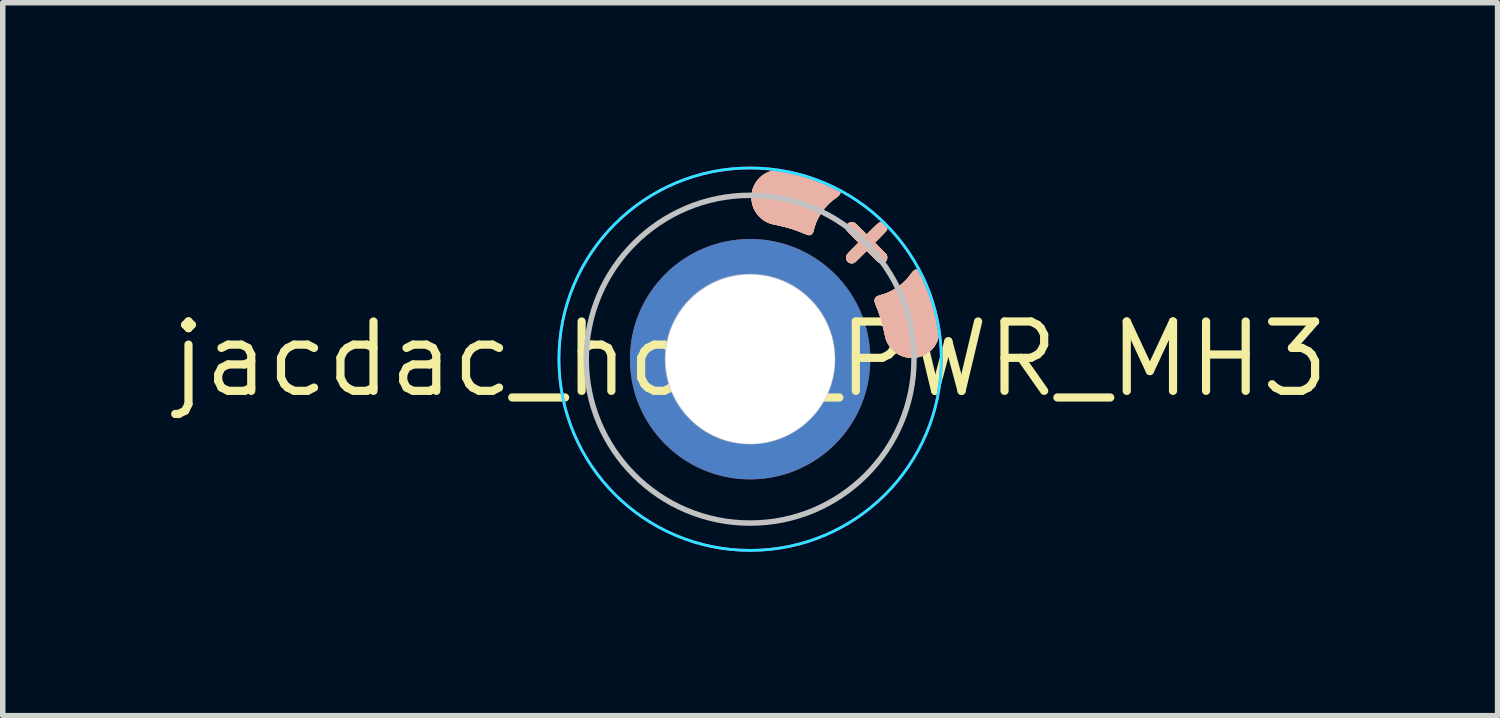
<source format=kicad_pcb>
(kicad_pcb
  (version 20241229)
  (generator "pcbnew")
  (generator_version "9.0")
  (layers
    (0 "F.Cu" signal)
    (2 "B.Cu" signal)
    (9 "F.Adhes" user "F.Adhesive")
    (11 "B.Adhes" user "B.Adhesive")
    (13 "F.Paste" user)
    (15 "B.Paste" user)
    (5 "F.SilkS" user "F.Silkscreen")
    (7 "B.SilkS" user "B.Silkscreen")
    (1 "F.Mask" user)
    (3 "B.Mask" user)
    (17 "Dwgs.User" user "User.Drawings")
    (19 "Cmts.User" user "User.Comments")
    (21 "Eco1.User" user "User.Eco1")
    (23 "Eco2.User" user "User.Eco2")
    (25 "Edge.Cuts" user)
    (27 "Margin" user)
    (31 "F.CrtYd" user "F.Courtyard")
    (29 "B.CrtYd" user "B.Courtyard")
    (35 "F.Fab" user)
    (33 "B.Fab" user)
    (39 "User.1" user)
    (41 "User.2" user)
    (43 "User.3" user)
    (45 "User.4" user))
  (footprint "jacdac_hole_PWR_MH3"
    (layer "F.Cu")
    (at 10.681 3.525)
    (property "Reference" "jacdac_hole_PWR_MH3" (at 0 0 0) (layer "F.SilkS") (effects (font (size 1.27 1.27) (thickness 0.15))))
    (attr through_hole exclude_from_bom)
    (fp_circle (center 0 0) (end 0 -2.5) (stroke (width 0) (type solid)) (fill yes) (layer "F.Mask"))
    (fp_circle (center 0 0) (end 0 -2.5) (stroke (width 0) (type solid)) (fill yes) (layer "B.Mask"))
    (fp_poly (pts (xy 2.284 -1.098) (xy 2.291 -1.114) (xy 2.301 -1.127) (xy 2.31 -1.137) (xy 2.32 -1.144) (xy 2.332 -1.151) (xy 2.347 -1.158) (xy 2.368 -1.164) (xy 2.394 -1.172) (xy 2.395 -1.173) (xy 2.452 -1.19) (xy 2.504 -1.209) (xy 2.553 -1.231) (xy 2.586 -1.247) (xy 2.661 -1.29) (xy 2.733 -1.339) (xy 2.8 -1.395) (xy 2.863 -1.456) (xy 2.919 -1.522) (xy 2.947 -1.56) (xy 2.969 -1.588) (xy 2.989 -1.61) (xy 3.009 -1.625) (xy 3.028 -1.635) (xy 3.048 -1.639) (xy 3.053 -1.639) (xy 3.071 -1.637) (xy 3.088 -1.631) (xy 3.104 -1.619) (xy 3.119 -1.602) (xy 3.135 -1.578) (xy 3.151 -1.548) (xy 3.151 -1.547) (xy 3.209 -1.426) (xy 3.262 -1.298) (xy 3.311 -1.165) (xy 3.356 -1.029) (xy 3.395 -0.889) (xy 3.429 -0.747) (xy 3.442 -0.688) (xy 3.453 -0.629) (xy 3.46 -0.576) (xy 3.463 -0.528) (xy 3.462 -0.486) (xy 3.458 -0.452) (xy 3.443 -0.389) (xy 3.422 -0.329) (xy 3.394 -0.273) (xy 3.36 -0.222) (xy 3.319 -0.175) (xy 3.273 -0.134) (xy 3.22 -0.097) (xy 3.212 -0.092) (xy 3.159 -0.066) (xy 3.103 -0.046) (xy 3.044 -0.033) (xy 2.984 -0.027) (xy 2.924 -0.028) (xy 2.864 -0.036) (xy 2.807 -0.05) (xy 2.803 -0.052) (xy 2.747 -0.075) (xy 2.694 -0.104) (xy 2.645 -0.14) (xy 2.6 -0.182) (xy 2.56 -0.228) (xy 2.527 -0.279) (xy 2.5 -0.333) (xy 2.491 -0.355) (xy 2.486 -0.37) (xy 2.481 -0.39) (xy 2.475 -0.414) (xy 2.469 -0.441) (xy 2.463 -0.467) (xy 2.463 -0.468) (xy 2.441 -0.567) (xy 2.418 -0.661) (xy 2.392 -0.751) (xy 2.362 -0.838) (xy 2.33 -0.925) (xy 2.31 -0.973) (xy 2.296 -1.008) (xy 2.287 -1.036) (xy 2.282 -1.06) (xy 2.281 -1.081) (xy 2.284 -1.098)) (stroke (width 0.01) (type solid)) (fill yes) (layer "F.SilkS"))
    (fp_poly (pts (xy 0.035 -3.049) (xy 0.048 -3.107) (xy 0.069 -3.162) (xy 0.095 -3.214) (xy 0.128 -3.263) (xy 0.166 -3.308) (xy 0.209 -3.348) (xy 0.258 -3.383) (xy 0.311 -3.412) (xy 0.368 -3.436) (xy 0.43 -3.453) (xy 0.431 -3.454) (xy 0.449 -3.457) (xy 0.468 -3.459) (xy 0.491 -3.46) (xy 0.519 -3.46) (xy 0.531 -3.46) (xy 0.552 -3.46) (xy 0.573 -3.459) (xy 0.595 -3.457) (xy 0.617 -3.455) (xy 0.642 -3.451) (xy 0.67 -3.446) (xy 0.702 -3.439) (xy 0.74 -3.431) (xy 0.784 -3.421) (xy 0.802 -3.417) (xy 0.916 -3.388) (xy 1.032 -3.354) (xy 1.149 -3.316) (xy 1.265 -3.274) (xy 1.379 -3.228) (xy 1.487 -3.18) (xy 1.558 -3.145) (xy 1.586 -3.131) (xy 1.607 -3.118) (xy 1.623 -3.106) (xy 1.634 -3.094) (xy 1.642 -3.082) (xy 1.642 -3.08) (xy 1.648 -3.062) (xy 1.648 -3.045) (xy 1.644 -3.031) (xy 1.634 -3.011) (xy 1.615 -2.991) (xy 1.59 -2.97) (xy 1.585 -2.967) (xy 1.512 -2.913) (xy 1.444 -2.854) (xy 1.383 -2.79) (xy 1.328 -2.721) (xy 1.279 -2.648) (xy 1.237 -2.572) (xy 1.211 -2.515) (xy 1.199 -2.484) (xy 1.188 -2.452) (xy 1.177 -2.419) (xy 1.166 -2.381) (xy 1.157 -2.348) (xy 1.152 -2.33) (xy 1.147 -2.317) (xy 1.14 -2.306) (xy 1.132 -2.298) (xy 1.117 -2.284) (xy 1.1 -2.276) (xy 1.082 -2.274) (xy 1.061 -2.276) (xy 1.035 -2.284) (xy 1.013 -2.293) (xy 0.892 -2.342) (xy 0.768 -2.386) (xy 0.639 -2.423) (xy 0.506 -2.454) (xy 0.475 -2.461) (xy 0.44 -2.468) (xy 0.412 -2.474) (xy 0.388 -2.48) (xy 0.368 -2.486) (xy 0.349 -2.493) (xy 0.331 -2.501) (xy 0.317 -2.507) (xy 0.264 -2.535) (xy 0.215 -2.571) (xy 0.17 -2.611) (xy 0.131 -2.657) (xy 0.097 -2.707) (xy 0.069 -2.761) (xy 0.048 -2.817) (xy 0.037 -2.864) (xy 0.028 -2.927) (xy 0.028 -2.989) (xy 0.035 -3.049)) (stroke (width 0.01) (type solid)) (fill yes) (layer "F.SilkS"))
    (fp_poly (pts (xy 1.761 -1.87) (xy 1.762 -1.88) (xy 1.764 -1.89) (xy 1.768 -1.899) (xy 1.774 -1.91) (xy 1.783 -1.922) (xy 1.795 -1.936) (xy 1.811 -1.953) (xy 1.831 -1.974) (xy 1.855 -1.999) (xy 1.883 -2.027) (xy 1.989 -2.133) (xy 1.881 -2.241) (xy 1.849 -2.274) (xy 1.822 -2.302) (xy 1.801 -2.324) (xy 1.785 -2.342) (xy 1.774 -2.355) (xy 1.768 -2.363) (xy 1.767 -2.365) (xy 1.761 -2.389) (xy 1.762 -2.415) (xy 1.767 -2.441) (xy 1.778 -2.464) (xy 1.788 -2.476) (xy 1.808 -2.492) (xy 1.832 -2.502) (xy 1.859 -2.506) (xy 1.886 -2.503) (xy 1.896 -2.5) (xy 1.902 -2.498) (xy 1.908 -2.495) (xy 1.915 -2.491) (xy 1.923 -2.485) (xy 1.933 -2.476) (xy 1.946 -2.464) (xy 1.962 -2.449) (xy 1.982 -2.43) (xy 2.006 -2.406) (xy 2.026 -2.386) (xy 2.134 -2.279) (xy 2.24 -2.384) (xy 2.269 -2.412) (xy 2.294 -2.437) (xy 2.317 -2.458) (xy 2.336 -2.475) (xy 2.35 -2.488) (xy 2.359 -2.495) (xy 2.362 -2.497) (xy 2.38 -2.502) (xy 2.402 -2.505) (xy 2.425 -2.503) (xy 2.445 -2.499) (xy 2.454 -2.496) (xy 2.473 -2.482) (xy 2.49 -2.463) (xy 2.501 -2.444) (xy 2.505 -2.428) (xy 2.507 -2.408) (xy 2.506 -2.388) (xy 2.503 -2.37) (xy 2.501 -2.364) (xy 2.496 -2.357) (xy 2.485 -2.344) (xy 2.469 -2.326) (xy 2.447 -2.303) (xy 2.42 -2.275) (xy 2.387 -2.242) (xy 2.387 -2.241) (xy 2.279 -2.133) (xy 2.385 -2.027) (xy 2.416 -1.996) (xy 2.441 -1.97) (xy 2.462 -1.948) (xy 2.477 -1.931) (xy 2.489 -1.918) (xy 2.496 -1.908) (xy 2.499 -1.903) (xy 2.506 -1.879) (xy 2.507 -1.852) (xy 2.502 -1.826) (xy 2.497 -1.813) (xy 2.481 -1.789) (xy 2.46 -1.772) (xy 2.438 -1.762) (xy 2.42 -1.758) (xy 2.405 -1.757) (xy 2.389 -1.759) (xy 2.376 -1.763) (xy 2.37 -1.764) (xy 2.364 -1.767) (xy 2.358 -1.771) (xy 2.351 -1.776) (xy 2.342 -1.783) (xy 2.33 -1.794) (xy 2.316 -1.808) (xy 2.298 -1.825) (xy 2.276 -1.847) (xy 2.248 -1.874) (xy 2.244 -1.879) (xy 2.134 -1.988) (xy 2.024 -1.879) (xy 1.996 -1.851) (xy 1.973 -1.828) (xy 1.954 -1.81) (xy 1.939 -1.795) (xy 1.927 -1.785) (xy 1.918 -1.777) (xy 1.911 -1.771) (xy 1.904 -1.767) (xy 1.899 -1.765) (xy 1.893 -1.763) (xy 1.892 -1.763) (xy 1.873 -1.758) (xy 1.858 -1.757) (xy 1.843 -1.759) (xy 1.83 -1.762) (xy 1.805 -1.773) (xy 1.786 -1.79) (xy 1.771 -1.812) (xy 1.763 -1.838) (xy 1.761 -1.859) (xy 1.761 -1.87)) (stroke (width 0.01) (type solid)) (fill yes) (layer "F.SilkS"))
    (fp_poly (pts (xy 2.284 -1.098) (xy 2.291 -1.114) (xy 2.301 -1.127) (xy 2.31 -1.137) (xy 2.32 -1.144) (xy 2.332 -1.151) (xy 2.347 -1.158) (xy 2.368 -1.164) (xy 2.394 -1.172) (xy 2.395 -1.173) (xy 2.452 -1.19) (xy 2.504 -1.209) (xy 2.553 -1.231) (xy 2.586 -1.247) (xy 2.661 -1.29) (xy 2.733 -1.339) (xy 2.8 -1.395) (xy 2.863 -1.456) (xy 2.919 -1.522) (xy 2.947 -1.56) (xy 2.969 -1.588) (xy 2.989 -1.61) (xy 3.009 -1.625) (xy 3.028 -1.635) (xy 3.048 -1.639) (xy 3.053 -1.639) (xy 3.071 -1.637) (xy 3.088 -1.631) (xy 3.104 -1.619) (xy 3.119 -1.602) (xy 3.135 -1.578) (xy 3.151 -1.548) (xy 3.151 -1.547) (xy 3.209 -1.426) (xy 3.262 -1.298) (xy 3.311 -1.165) (xy 3.356 -1.029) (xy 3.395 -0.889) (xy 3.429 -0.747) (xy 3.442 -0.688) (xy 3.453 -0.629) (xy 3.46 -0.576) (xy 3.463 -0.528) (xy 3.462 -0.486) (xy 3.458 -0.452) (xy 3.443 -0.389) (xy 3.422 -0.329) (xy 3.394 -0.273) (xy 3.36 -0.222) (xy 3.319 -0.175) (xy 3.273 -0.134) (xy 3.22 -0.097) (xy 3.212 -0.092) (xy 3.159 -0.066) (xy 3.103 -0.046) (xy 3.044 -0.033) (xy 2.984 -0.027) (xy 2.924 -0.028) (xy 2.864 -0.036) (xy 2.807 -0.05) (xy 2.803 -0.052) (xy 2.747 -0.075) (xy 2.694 -0.104) (xy 2.645 -0.14) (xy 2.6 -0.182) (xy 2.56 -0.228) (xy 2.527 -0.279) (xy 2.5 -0.333) (xy 2.491 -0.355) (xy 2.486 -0.37) (xy 2.481 -0.39) (xy 2.475 -0.414) (xy 2.469 -0.441) (xy 2.463 -0.467) (xy 2.463 -0.468) (xy 2.441 -0.567) (xy 2.418 -0.661) (xy 2.392 -0.751) (xy 2.362 -0.838) (xy 2.33 -0.925) (xy 2.31 -0.973) (xy 2.296 -1.008) (xy 2.287 -1.036) (xy 2.282 -1.06) (xy 2.281 -1.081) (xy 2.284 -1.098)) (stroke (width 0.01) (type solid)) (fill yes) (layer "B.SilkS"))
    (fp_poly (pts (xy 0.035 -3.049) (xy 0.048 -3.107) (xy 0.069 -3.162) (xy 0.095 -3.214) (xy 0.128 -3.263) (xy 0.166 -3.308) (xy 0.209 -3.348) (xy 0.258 -3.383) (xy 0.311 -3.412) (xy 0.368 -3.436) (xy 0.43 -3.453) (xy 0.431 -3.454) (xy 0.449 -3.457) (xy 0.468 -3.459) (xy 0.491 -3.46) (xy 0.519 -3.46) (xy 0.531 -3.46) (xy 0.552 -3.46) (xy 0.573 -3.459) (xy 0.595 -3.457) (xy 0.617 -3.455) (xy 0.642 -3.451) (xy 0.67 -3.446) (xy 0.702 -3.439) (xy 0.74 -3.431) (xy 0.784 -3.421) (xy 0.802 -3.417) (xy 0.916 -3.388) (xy 1.032 -3.354) (xy 1.149 -3.316) (xy 1.265 -3.274) (xy 1.379 -3.228) (xy 1.487 -3.18) (xy 1.558 -3.145) (xy 1.586 -3.131) (xy 1.607 -3.118) (xy 1.623 -3.106) (xy 1.634 -3.094) (xy 1.642 -3.082) (xy 1.642 -3.08) (xy 1.648 -3.062) (xy 1.648 -3.045) (xy 1.644 -3.031) (xy 1.634 -3.011) (xy 1.615 -2.991) (xy 1.59 -2.97) (xy 1.585 -2.967) (xy 1.512 -2.913) (xy 1.444 -2.854) (xy 1.383 -2.79) (xy 1.328 -2.721) (xy 1.279 -2.648) (xy 1.237 -2.572) (xy 1.211 -2.515) (xy 1.199 -2.484) (xy 1.188 -2.452) (xy 1.177 -2.419) (xy 1.166 -2.381) (xy 1.157 -2.348) (xy 1.152 -2.33) (xy 1.147 -2.317) (xy 1.14 -2.306) (xy 1.132 -2.298) (xy 1.117 -2.284) (xy 1.1 -2.276) (xy 1.082 -2.274) (xy 1.061 -2.276) (xy 1.035 -2.284) (xy 1.013 -2.293) (xy 0.892 -2.342) (xy 0.768 -2.386) (xy 0.639 -2.423) (xy 0.506 -2.454) (xy 0.475 -2.461) (xy 0.44 -2.468) (xy 0.412 -2.474) (xy 0.388 -2.48) (xy 0.368 -2.486) (xy 0.349 -2.493) (xy 0.331 -2.501) (xy 0.317 -2.507) (xy 0.264 -2.535) (xy 0.215 -2.571) (xy 0.17 -2.611) (xy 0.131 -2.657) (xy 0.097 -2.707) (xy 0.069 -2.761) (xy 0.048 -2.817) (xy 0.037 -2.864) (xy 0.028 -2.927) (xy 0.028 -2.989) (xy 0.035 -3.049)) (stroke (width 0.01) (type solid)) (fill yes) (layer "B.SilkS"))
    (fp_poly (pts (xy 1.761 -1.87) (xy 1.762 -1.88) (xy 1.764 -1.89) (xy 1.768 -1.899) (xy 1.774 -1.91) (xy 1.783 -1.922) (xy 1.795 -1.936) (xy 1.811 -1.953) (xy 1.831 -1.974) (xy 1.855 -1.999) (xy 1.883 -2.027) (xy 1.989 -2.133) (xy 1.881 -2.241) (xy 1.849 -2.274) (xy 1.822 -2.302) (xy 1.801 -2.324) (xy 1.785 -2.342) (xy 1.774 -2.355) (xy 1.768 -2.363) (xy 1.767 -2.365) (xy 1.761 -2.389) (xy 1.762 -2.415) (xy 1.767 -2.441) (xy 1.778 -2.464) (xy 1.788 -2.476) (xy 1.808 -2.492) (xy 1.832 -2.502) (xy 1.859 -2.506) (xy 1.886 -2.503) (xy 1.896 -2.5) (xy 1.902 -2.498) (xy 1.908 -2.495) (xy 1.915 -2.491) (xy 1.923 -2.485) (xy 1.933 -2.476) (xy 1.946 -2.464) (xy 1.962 -2.449) (xy 1.982 -2.43) (xy 2.006 -2.406) (xy 2.026 -2.386) (xy 2.134 -2.279) (xy 2.24 -2.384) (xy 2.269 -2.412) (xy 2.294 -2.437) (xy 2.317 -2.458) (xy 2.336 -2.475) (xy 2.35 -2.488) (xy 2.359 -2.495) (xy 2.362 -2.497) (xy 2.38 -2.502) (xy 2.402 -2.505) (xy 2.425 -2.503) (xy 2.445 -2.499) (xy 2.454 -2.496) (xy 2.473 -2.482) (xy 2.49 -2.463) (xy 2.501 -2.444) (xy 2.505 -2.428) (xy 2.507 -2.408) (xy 2.506 -2.388) (xy 2.503 -2.37) (xy 2.501 -2.364) (xy 2.496 -2.357) (xy 2.485 -2.344) (xy 2.469 -2.326) (xy 2.447 -2.303) (xy 2.42 -2.275) (xy 2.387 -2.242) (xy 2.387 -2.241) (xy 2.279 -2.133) (xy 2.385 -2.027) (xy 2.416 -1.996) (xy 2.441 -1.97) (xy 2.462 -1.948) (xy 2.477 -1.931) (xy 2.489 -1.918) (xy 2.496 -1.908) (xy 2.499 -1.903) (xy 2.506 -1.879) (xy 2.507 -1.852) (xy 2.502 -1.826) (xy 2.497 -1.813) (xy 2.481 -1.789) (xy 2.46 -1.772) (xy 2.438 -1.762) (xy 2.42 -1.758) (xy 2.405 -1.757) (xy 2.389 -1.759) (xy 2.376 -1.763) (xy 2.37 -1.764) (xy 2.364 -1.767) (xy 2.358 -1.771) (xy 2.351 -1.776) (xy 2.342 -1.783) (xy 2.33 -1.794) (xy 2.316 -1.808) (xy 2.298 -1.825) (xy 2.276 -1.847) (xy 2.248 -1.874) (xy 2.244 -1.879) (xy 2.134 -1.988) (xy 2.024 -1.879) (xy 1.996 -1.851) (xy 1.973 -1.828) (xy 1.954 -1.81) (xy 1.939 -1.795) (xy 1.927 -1.785) (xy 1.918 -1.777) (xy 1.911 -1.771) (xy 1.904 -1.767) (xy 1.899 -1.765) (xy 1.893 -1.763) (xy 1.892 -1.763) (xy 1.873 -1.758) (xy 1.858 -1.757) (xy 1.843 -1.759) (xy 1.83 -1.762) (xy 1.805 -1.773) (xy 1.786 -1.79) (xy 1.771 -1.812) (xy 1.763 -1.838) (xy 1.761 -1.859) (xy 1.761 -1.87)) (stroke (width 0.01) (type solid)) (fill yes) (layer "B.SilkS"))
    (fp_circle (center 0 0) (end -3 0) (stroke (width 0.1) (type default)) (fill no) (layer "Dwgs.User"))
    (fp_poly (pts (xy -0.051 1.553) (xy -0.173 1.545) (xy -0.291 1.528) (xy -0.405 1.503) (xy -0.517 1.468) (xy -0.628 1.424) (xy -0.686 1.397) (xy -0.796 1.337) (xy -0.901 1.269) (xy -0.999 1.194) (xy -1.09 1.112) (xy -1.175 1.023) (xy -1.252 0.929) (xy -1.321 0.828) (xy -1.382 0.722) (xy -1.435 0.611) (xy -1.478 0.496) (xy -1.513 0.377) (xy -1.526 0.321) (xy -1.535 0.278) (xy -1.542 0.239) (xy -1.547 0.204) (xy -1.551 0.169) (xy -1.554 0.133) (xy -1.556 0.093) (xy -1.556 0.047) (xy -1.557 -0.005) (xy -1.556 -0.061) (xy -1.555 -0.109) (xy -1.553 -0.152) (xy -1.549 -0.191) (xy -1.544 -0.23) (xy -1.538 -0.269) (xy -1.529 -0.312) (xy -1.521 -0.348) (xy -1.49 -0.466) (xy -1.448 -0.582) (xy -1.398 -0.695) (xy -1.339 -0.803) (xy -1.271 -0.907) (xy -1.195 -1.004) (xy -1.183 -1.019) (xy -1.097 -1.111) (xy -1.005 -1.195) (xy -0.906 -1.271) (xy -0.802 -1.339) (xy -0.69 -1.4) (xy -0.687 -1.401) (xy -0.596 -1.443) (xy -0.505 -1.477) (xy -0.413 -1.505) (xy -0.317 -1.528) (xy -0.221 -1.545) (xy -0.191 -1.549) (xy -0.158 -1.552) (xy -0.12 -1.554) (xy -0.076 -1.556) (xy -0.03 -1.557) (xy 0.005 -1.557) (xy 0.039 -1.557) (xy 0.068 -1.557) (xy 0.092 -1.557) (xy 0.108 -1.557) (xy 0.114 -1.557) (xy 0.226 -1.543) (xy 0.33 -1.524) (xy 0.429 -1.499) (xy 0.524 -1.469) (xy 0.618 -1.431) (xy 0.696 -1.395) (xy 0.8 -1.338) (xy 0.898 -1.274) (xy 0.99 -1.203) (xy 1.078 -1.124) (xy 1.115 -1.086) (xy 1.154 -1.045) (xy 1.188 -1.007) (xy 1.219 -0.969) (xy 1.249 -0.929) (xy 1.281 -0.884) (xy 1.296 -0.862) (xy 1.361 -0.755) (xy 1.417 -0.644) (xy 1.463 -0.53) (xy 1.5 -0.412) (xy 1.528 -0.292) (xy 1.545 -0.168) (xy 1.553 -0.048) (xy 1.553 0.003) (xy 1.537 0.003) (xy 1.536 -0.042) (xy 1.536 -0.085) (xy 1.534 -0.124) (xy 1.533 -0.158) (xy 1.53 -0.183) (xy 1.53 -0.188) (xy 1.507 -0.317) (xy 1.476 -0.44) (xy 1.436 -0.559) (xy 1.387 -0.672) (xy 1.33 -0.78) (xy 1.264 -0.883) (xy 1.189 -0.981) (xy 1.105 -1.075) (xy 1.087 -1.092) (xy 0.996 -1.176) (xy 0.9 -1.252) (xy 0.798 -1.32) (xy 0.691 -1.38) (xy 0.581 -1.431) (xy 0.467 -1.472) (xy 0.35 -1.505) (xy 0.231 -1.527) (xy 0.183 -1.534) (xy 0.16 -1.536) (xy 0.138 -1.539) (xy 0.122 -1.541) (xy 0.117 -1.541) (xy 0.1 -1.542) (xy 0.075 -1.543) (xy 0.044 -1.543) (xy 0.008 -1.542) (xy -0.031 -1.542) (xy -0.07 -1.54) (xy -0.109 -1.539) (xy -0.144 -1.537) (xy -0.175 -1.535) (xy -0.198 -1.533) (xy -0.208 -1.532) (xy -0.326 -1.511) (xy -0.437 -1.483) (xy -0.543 -1.448) (xy -0.646 -1.405) (xy -0.746 -1.354) (xy -0.845 -1.294) (xy -0.853 -1.288) (xy -0.92 -1.242) (xy -0.982 -1.194) (xy -1.042 -1.141) (xy -1.092 -1.092) (xy -1.177 -1.001) (xy -1.254 -0.903) (xy -1.322 -0.801) (xy -1.381 -0.694) (xy -1.432 -0.583) (xy -1.474 -0.468) (xy -1.505 -0.35) (xy -1.516 -0.302) (xy -1.523 -0.26) (xy -1.529 -0.224) (xy -1.534 -0.192) (xy -1.537 -0.16) (xy -1.54 -0.127) (xy -1.541 -0.091) (xy -1.542 -0.048) (xy -1.542 -0.003) (xy -1.541 0.049) (xy -1.54 0.095) (xy -1.539 0.134) (xy -1.537 0.165) (xy -1.535 0.183) (xy -1.515 0.302) (xy -1.488 0.415) (xy -1.454 0.522) (xy -1.412 0.625) (xy -1.362 0.726) (xy -1.303 0.825) (xy -1.288 0.848) (xy -1.242 0.915) (xy -1.194 0.977) (xy -1.141 1.037) (xy -1.092 1.087) (xy -1 1.173) (xy -0.903 1.25) (xy -0.801 1.318) (xy -0.694 1.377) (xy -0.582 1.427) (xy -0.465 1.468) (xy -0.343 1.501) (xy -0.216 1.526) (xy -0.188 1.53) (xy -0.164 1.532) (xy -0.132 1.534) (xy -0.094 1.535) (xy -0.052 1.536) (xy -0.007 1.537) (xy 0.037 1.536) (xy 0.08 1.536) (xy 0.119 1.534) (xy 0.153 1.533) (xy 0.179 1.53) (xy 0.183 1.53) (xy 0.312 1.507) (xy 0.435 1.476) (xy 0.554 1.436) (xy 0.667 1.387) (xy 0.775 1.33) (xy 0.878 1.264) (xy 0.976 1.189) (xy 1.069 1.105) (xy 1.087 1.087) (xy 1.173 0.995) (xy 1.25 0.898) (xy 1.317 0.796) (xy 1.376 0.69) (xy 1.427 0.578) (xy 1.468 0.461) (xy 1.501 0.339) (xy 1.526 0.211) (xy 1.53 0.183) (xy 1.532 0.159) (xy 1.534 0.127) (xy 1.536 0.089) (xy 1.536 0.047) (xy 1.537 0.003) (xy 1.553 0.003) (xy 1.553 0.045) (xy 1.549 0.132) (xy 1.54 0.217) (xy 1.525 0.303) (xy 1.509 0.373) (xy 1.476 0.49) (xy 1.433 0.604) (xy 1.381 0.714) (xy 1.321 0.819) (xy 1.253 0.92) (xy 1.177 1.015) (xy 1.094 1.103) (xy 1.004 1.186) (xy 0.908 1.261) (xy 0.807 1.329) (xy 0.7 1.388) (xy 0.696 1.39) (xy 0.583 1.441) (xy 0.469 1.483) (xy 0.354 1.514) (xy 0.237 1.537) (xy 0.116 1.55) (xy -0.008 1.554) (xy -0.051 1.553)) (stroke (width 0.01) (type solid)) (fill no) (layer "Dwgs.User"))
    (fp_circle (center 0 0) (end 0 -3.5) (stroke (width 0.05) (type default)) (fill no) (layer "B.CrtYd"))
    (fp_circle (center 0 0) (end 0 -3.5) (stroke (width 0.05) (type default)) (fill no) (layer "F.CrtYd"))
    (pad "MH3" thru_hole circle (at 0 0 180) (size 4.4 4.4) (drill 3.1) (layers "*.Cu"))
    (zone (net_name "") (layers "F.Cu" "B.Cu") (hatch edge 0.5) (connect_pads) (min_thickness 0.254) (filled_areas_thickness no) (keepout (tracks allowed) (vias allowed) (pads allowed) (copperpour not_allowed) (footprints allowed)) (placement (enabled no)) (fill) (polygon (pts (xy 7.676 3.525) (xy 7.697 3.874) (xy 7.757 4.218) (xy 7.857 4.553) (xy 7.996 4.874) (xy 8.171 5.176) (xy 8.379 5.457) (xy 8.619 5.711) (xy 8.887 5.935) (xy 9.179 6.127) (xy 9.491 6.284) (xy 9.819 6.404) (xy 10.16 6.484) (xy 10.507 6.525) (xy 10.856 6.525) (xy 11.203 6.484) (xy 11.543 6.404) (xy 11.872 6.284) (xy 12.184 6.127) (xy 12.476 5.935) (xy 12.744 5.711) (xy 12.983 5.457) (xy 13.192 5.176) (xy 13.367 4.874) (xy 13.505 4.553) (xy 13.605 4.218) (xy 13.666 3.874) (xy 13.686 3.525) (xy 13.666 3.176) (xy 13.605 2.832) (xy 13.505 2.497) (xy 13.367 2.176) (xy 13.192 1.874) (xy 12.983 1.593) (xy 12.744 1.339) (xy 12.476 1.115) (xy 12.184 0.923) (xy 11.872 0.766) (xy 11.543 0.646) (xy 11.203 0.566) (xy 10.856 0.525) (xy 10.507 0.525) (xy 10.16 0.566) (xy 9.819 0.646) (xy 9.491 0.766) (xy 9.179 0.923) (xy 8.887 1.115) (xy 8.619 1.339) (xy 8.379 1.593) (xy 8.171 1.874) (xy 7.996 2.176) (xy 7.857 2.497) (xy 7.757 2.832) (xy 7.697 3.176)))))
  (gr_rect
    (start -3 -3)
    (end 24.363 10.05)
    (stroke (width 0.1) (type default))
    (fill no)
    (layer "Edge.Cuts")))
</source>
